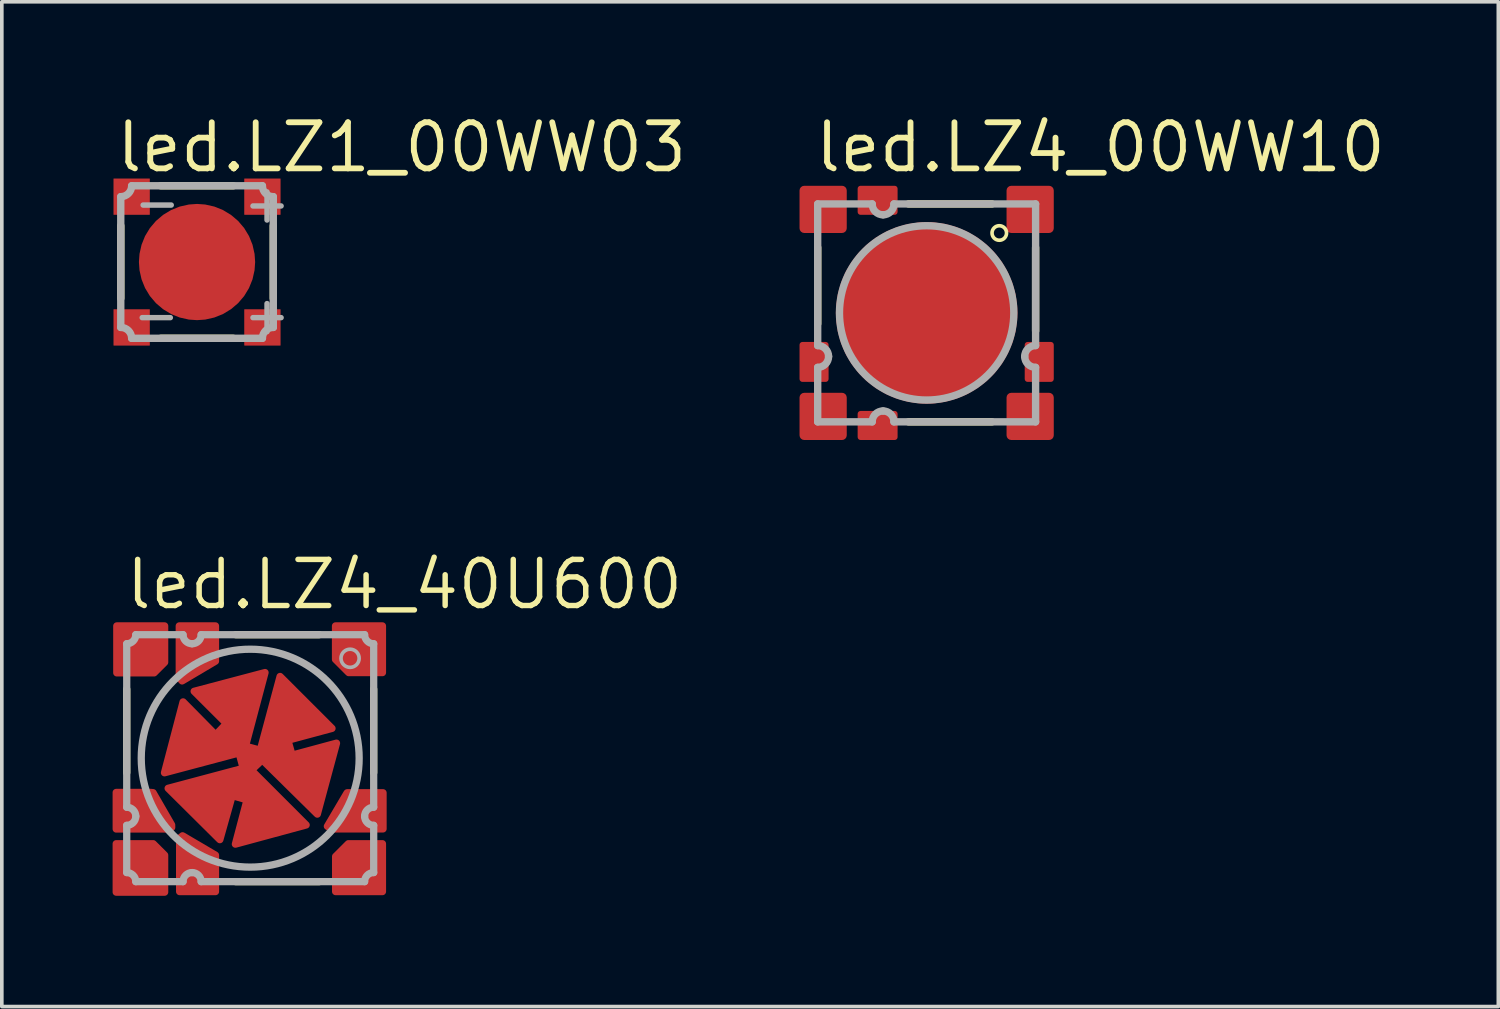
<source format=kicad_pcb>
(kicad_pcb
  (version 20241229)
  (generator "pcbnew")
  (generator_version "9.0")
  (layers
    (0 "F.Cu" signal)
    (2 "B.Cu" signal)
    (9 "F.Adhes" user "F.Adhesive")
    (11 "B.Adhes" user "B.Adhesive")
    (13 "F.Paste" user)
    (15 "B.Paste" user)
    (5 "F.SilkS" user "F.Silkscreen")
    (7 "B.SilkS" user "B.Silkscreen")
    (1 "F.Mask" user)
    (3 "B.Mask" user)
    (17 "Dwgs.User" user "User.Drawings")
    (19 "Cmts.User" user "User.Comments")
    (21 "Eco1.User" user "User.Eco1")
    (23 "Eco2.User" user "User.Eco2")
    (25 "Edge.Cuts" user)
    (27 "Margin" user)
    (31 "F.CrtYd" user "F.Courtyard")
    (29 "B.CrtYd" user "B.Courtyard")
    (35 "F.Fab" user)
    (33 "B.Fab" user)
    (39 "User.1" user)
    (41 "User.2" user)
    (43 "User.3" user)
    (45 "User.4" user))
  (footprint "led.LZ1_00WW03"
    (layer "F.Cu")
    (at 2.375 4.165)
    (property "Reference" "led.LZ1_00WW03" (at -2.3 -2.415 0) (layer "F.SilkS") (effects (font (size 1.27 1.27) (thickness 0.16)) (justify left bottom)))
    (attr smd)
    (fp_poly (pts (xy -2.275 -2.25) (xy -1.325 -2.25) (xy -1.325 -1.775) (xy -1.75 -1.35) (xy -2.275 -1.35)) (stroke (width 0.2) (type default)) (fill yes) (layer "F.Mask"))
    (fp_poly (pts (xy -2.25 2.275) (xy -2.25 1.325) (xy -1.775 1.325) (xy -1.35 1.75) (xy -1.35 2.275)) (stroke (width 0.2) (type default)) (fill yes) (layer "F.Mask"))
    (fp_poly (pts (xy 2.25 -2.275) (xy 2.25 -1.325) (xy 1.775 -1.325) (xy 1.35 -1.75) (xy 1.35 -2.275)) (stroke (width 0.2) (type default)) (fill yes) (layer "F.Mask"))
    (fp_poly (pts (xy 2.275 2.25) (xy 1.325 2.25) (xy 1.325 1.775) (xy 1.75 1.35) (xy 2.275 1.35)) (stroke (width 0.2) (type default)) (fill yes) (layer "F.Mask"))
    (fp_line (start -2.1 -1) (end -2.1 1) (stroke (width 0.203) (type default)) (layer "F.SilkS"))
    (fp_line (start -1 2.1) (end 1 2.1) (stroke (width 0.203) (type default)) (layer "F.SilkS"))
    (fp_line (start 1 -2.1) (end -1 -2.1) (stroke (width 0.203) (type default)) (layer "F.SilkS"))
    (fp_line (start 2.1 1) (end 2.1 -1) (stroke (width 0.203) (type default)) (layer "F.SilkS"))
    (fp_poly (pts (xy -2.175 -2.175) (xy -1.425 -2.175) (xy -1.425 -1.75) (xy -1.75 -1.425) (xy -2.175 -1.425)) (stroke (width 0.2) (type default)) (fill yes) (layer "F.Paste"))
    (fp_poly (pts (xy -2.175 2.175) (xy -2.175 1.425) (xy -1.75 1.425) (xy -1.425 1.75) (xy -1.425 2.175)) (stroke (width 0.2) (type default)) (fill yes) (layer "F.Paste"))
    (fp_poly (pts (xy 2.175 -2.175) (xy 2.175 -1.425) (xy 1.75 -1.425) (xy 1.425 -1.75) (xy 1.425 -2.175)) (stroke (width 0.2) (type default)) (fill yes) (layer "F.Paste"))
    (fp_poly (pts (xy 2.175 2.175) (xy 1.425 2.175) (xy 1.425 1.75) (xy 1.75 1.425) (xy 2.175 1.425)) (stroke (width 0.2) (type default)) (fill yes) (layer "F.Paste"))
    (fp_line (start -2.1 -1.8) (end -2.1 1.8) (stroke (width 0.203) (type default)) (layer "F.Fab"))
    (fp_line (start -1.8 2.1) (end 1.8 2.1) (stroke (width 0.203) (type default)) (layer "F.Fab"))
    (fp_line (start 1.8 -2.1) (end -1.8 -2.1) (stroke (width 0.203) (type default)) (layer "F.Fab"))
    (fp_line (start 2.1 1.8) (end 2.1 -1.8) (stroke (width 0.203) (type default)) (layer "F.Fab"))
    (fp_arc (start -2.1 1.8) (mid -1.887868 1.887868) (end -1.8 2.1) (stroke (width 0.2032) (type default)) (layer "F.Fab"))
    (fp_arc (start -1.8 -2.1) (mid -1.887868 -1.887868) (end -2.1 -1.8) (stroke (width 0.2032) (type default)) (layer "F.Fab"))
    (fp_arc (start 1.8 2.1) (mid 1.887868 1.887868) (end 2.1 1.8) (stroke (width 0.2032) (type default)) (layer "F.Fab"))
    (fp_arc (start 2.1 -1.8) (mid 1.887868 -1.887868) (end 1.8 -2.1) (stroke (width 0.2032) (type default)) (layer "F.Fab"))
    (fp_text user "+" (at 1.2 2.05 0) (layer "F.Fab") (effects (font (size 1.016 1.016) (thickness 0.15)) (justify left bottom)))
    (fp_text user "+" (at 1.2 -1.025 0) (layer "F.Fab") (effects (font (size 1.016 1.016) (thickness 0.15)) (justify left bottom)))
    (fp_text user "-" (at -1.85 2.05 0) (layer "F.Fab") (effects (font (size 1.016 1.016) (thickness 0.15)) (justify left bottom)))
    (fp_text user "-" (at -1.825 -1.05 0) (layer "F.Fab") (effects (font (size 1.016 1.016) (thickness 0.15)) (justify left bottom)))
    (pad "1" smd roundrect (at -1.8 -1.8) (size 1 1) (layers "F.Cu" "F.Mask" "F.Paste") (roundrect_rratio 0.01))
    (pad "2" smd roundrect (at 1.8 -1.8) (size 1 1) (layers "F.Cu" "F.Mask" "F.Paste") (roundrect_rratio 0.01))
    (pad "3" smd roundrect (at 1.8 1.8) (size 1 1) (layers "F.Cu" "F.Mask" "F.Paste") (roundrect_rratio 0.01))
    (pad "4" smd roundrect (at -1.8 1.8) (size 1 1) (layers "F.Cu" "F.Mask" "F.Paste") (roundrect_rratio 0.01))
    (pad "5" smd roundrect (at 0 0) (size 3.2 3.2) (layers "F.Cu" "F.Mask" "F.Paste") (roundrect_rratio 0.5)))
  (footprint "led.LZ4_00WW10"
    (layer "F.Cu")
    (at 22.464 5.565)
    (property "Reference" "led.LZ4_00WW10" (at -3.15 -3.815 0) (layer "F.SilkS") (effects (font (size 1.27 1.27) (thickness 0.16)) (justify left bottom)))
    (attr smd)
    (fp_line (start -3 -1.8) (end -3 0.3) (stroke (width 0.203) (type default)) (layer "F.SilkS"))
    (fp_line (start -0.5 3) (end 1.8 3) (stroke (width 0.203) (type default)) (layer "F.SilkS"))
    (fp_line (start 1.8 -3) (end -0.5 -3) (stroke (width 0.203) (type default)) (layer "F.SilkS"))
    (fp_line (start 3 0.5) (end 3 -1.8) (stroke (width 0.203) (type default)) (layer "F.SilkS"))
    (fp_circle (center 2 -2.2) (end 2.2 -2.2) (stroke (width 0.1) (type default)) (fill no) (layer "F.SilkS"))
    (fp_line (start -3 -3) (end -3 0.9) (stroke (width 0.203) (type default)) (layer "F.Fab"))
    (fp_line (start -3 1.5) (end -3 3) (stroke (width 0.203) (type default)) (layer "F.Fab"))
    (fp_line (start -3 3) (end -1.5 3) (stroke (width 0.203) (type default)) (layer "F.Fab"))
    (fp_line (start -1.5 -3) (end -3 -3) (stroke (width 0.203) (type default)) (layer "F.Fab"))
    (fp_line (start -0.9 3) (end 3 3) (stroke (width 0.203) (type default)) (layer "F.Fab"))
    (fp_line (start 3 -3) (end -0.9 -3) (stroke (width 0.203) (type default)) (layer "F.Fab"))
    (fp_line (start 3 0.9) (end 3 -3) (stroke (width 0.203) (type default)) (layer "F.Fab"))
    (fp_line (start 3 3) (end 3 1.5) (stroke (width 0.203) (type default)) (layer "F.Fab"))
    (fp_arc (start -3 0.9) (mid -2.787868 0.987868) (end -2.7 1.2) (stroke (width 0.2032) (type default)) (layer "F.Fab"))
    (fp_arc (start -2.7 1.2) (mid -2.787868 1.412132) (end -3 1.5) (stroke (width 0.2032) (type default)) (layer "F.Fab"))
    (fp_arc (start -1.5 3) (mid -1.412132 2.787868) (end -1.2 2.7) (stroke (width 0.2032) (type default)) (layer "F.Fab"))
    (fp_arc (start -1.2 -2.7) (mid -1.412132 -2.787868) (end -1.5 -3) (stroke (width 0.2032) (type default)) (layer "F.Fab"))
    (fp_arc (start -1.2 2.7) (mid -0.987868 2.787868) (end -0.9 3) (stroke (width 0.2032) (type default)) (layer "F.Fab"))
    (fp_arc (start -0.9 -3) (mid -0.987868 -2.787868) (end -1.2 -2.7) (stroke (width 0.2032) (type default)) (layer "F.Fab"))
    (fp_arc (start 2.7 1.2) (mid 2.787868 0.987868) (end 3 0.9) (stroke (width 0.2032) (type default)) (layer "F.Fab"))
    (fp_arc (start 3 1.5) (mid 2.787868 1.412132) (end 2.7 1.2) (stroke (width 0.2032) (type default)) (layer "F.Fab"))
    (fp_circle (center 0 0) (end 2.4 0) (stroke (width 0.203) (type default)) (fill no) (layer "F.Fab"))
    (pad "1" smd roundrect (at -2.85 -2.85) (size 1.3 1.3) (layers "F.Cu" "F.Mask" "F.Paste") (roundrect_rratio 0.1))
    (pad "2" smd roundrect (at -1.35 -3.1) (size 1.1 0.8) (layers "F.Cu" "F.Mask" "F.Paste") (roundrect_rratio 0.1))
    (pad "3" smd roundrect (at 2.85 -2.85) (size 1.3 1.3) (layers "F.Cu" "F.Mask" "F.Paste") (roundrect_rratio 0.1))
    (pad "4" smd roundrect (at 3.1 1.35 270) (size 1.1 0.8) (layers "F.Cu" "F.Mask" "F.Paste") (roundrect_rratio 0.1))
    (pad "5" smd roundrect (at 2.85 2.85) (size 1.3 1.3) (layers "F.Cu" "F.Mask" "F.Paste") (roundrect_rratio 0.1))
    (pad "6" smd roundrect (at -1.35 3.1 180) (size 1.1 0.8) (layers "F.Cu" "F.Mask" "F.Paste") (roundrect_rratio 0.1))
    (pad "7" smd roundrect (at -2.85 2.85) (size 1.3 1.3) (layers "F.Cu" "F.Mask" "F.Paste") (roundrect_rratio 0.1))
    (pad "8" smd roundrect (at -3.1 1.35 90) (size 1.1 0.8) (layers "F.Cu" "F.Mask" "F.Paste") (roundrect_rratio 0.1))
    (pad "9" smd roundrect (at 0 0) (size 5 5) (layers "F.Cu" "F.Mask" "F.Paste") (roundrect_rratio 0.5)))
  (footprint "led.LZ4_40U600"
    (layer "F.Cu")
    (at 3.839 17.825)
    (property "Reference" "led.LZ4_40U600" (at -3.5 -4.04 0) (layer "F.SilkS") (effects (font (size 1.27 1.27) (thickness 0.15)) (justify left bottom)))
    (attr smd)
    (fp_poly (pts (xy -3.689 3.689) (xy -3.689 2.356) (xy -2.671 2.356) (xy -2.356 2.671) (xy -2.356 3.689)) (stroke (width 0.2) (type default)) (fill yes) (layer "F.Cu"))
    (fp_poly (pts (xy -3.673 -3.641) (xy -2.356 -3.641) (xy -2.356 -2.639) (xy -2.646 -2.349) (xy -3.673 -2.349)) (stroke (width 0.2) (type default)) (fill yes) (layer "F.Cu"))
    (fp_poly (pts (xy 2.349 -3.641) (xy 3.641 -3.641) (xy 3.641 -2.356) (xy 2.712 -2.356) (xy 2.349 -2.719)) (stroke (width 0.2) (type default)) (fill yes) (layer "F.Cu"))
    (fp_poly (pts (xy 3.641 2.356) (xy 3.641 3.673) (xy 2.352 3.673) (xy 2.352 2.706) (xy 2.703 2.356)) (stroke (width 0.2) (type default)) (fill yes) (layer "F.Cu"))
    (fp_poly (pts (xy -1.953 -3.641) (xy -0.956 -3.641) (xy -0.956 -2.671) (xy -1.875 -2.127) (xy -1.885 -2.14) (xy -1.953 -2.21)) (stroke (width 0.2) (type default)) (fill yes) (layer "F.Cu"))
    (fp_poly (pts (xy -1.943 3.673) (xy -1.943 2.205) (xy -1.934 2.194) (xy -1.863 2.138) (xy -0.956 2.671) (xy -0.956 3.673)) (stroke (width 0.2) (type default)) (fill yes) (layer "F.Cu"))
    (fp_poly (pts (xy 3.657 0.953) (xy 3.657 1.947) (xy 2.226 1.947) (xy 2.125 1.875) (xy 2.663 0.963) (xy 2.671 0.953)) (stroke (width 0.2) (type default)) (fill yes) (layer "F.Cu"))
    (fp_poly (pts (xy -3.689 1.95) (xy -3.689 0.944) (xy -2.735 0.944) (xy -2.675 0.95) (xy -2.163 1.837) (xy -2.162 1.908) (xy -2.242 1.95)) (stroke (width 0.2) (type default)) (fill yes) (layer "F.Cu"))
    (fp_poly (pts (xy -2.36 0.402) (xy -1.848 -1.549) (xy -0.951 -0.639) (xy -0.653 -0.953) (xy -1.543 -1.841) (xy 0.408 -2.357) (xy -0.131 -0.329) (xy 0.277 -0.219) (xy 0.823 -2.249) (xy 2.252 -0.82) (xy 1.037 -0.493) (xy 1.154 -0.083) (xy 2.376 -0.413) (xy 1.848 1.54) (xy 0.332 0.045) (xy 0.032 0.331) (xy 1.54 1.839) (xy -0.408 2.367) (xy -0.086 1.148) (xy -0.495 1.031) (xy -0.836 2.243) (xy -2.259 0.83) (xy -0.192 0.279) (xy -0.307 -0.144)) (stroke (width 0.2) (type default)) (fill yes) (layer "F.Cu"))
    (fp_poly (pts (xy -3.689 3.689) (xy -3.689 2.356) (xy -2.671 2.356) (xy -2.356 2.671) (xy -2.356 3.689)) (stroke (width 0.3) (type default)) (fill yes) (layer "F.Mask"))
    (fp_poly (pts (xy -3.673 -3.641) (xy -2.356 -3.641) (xy -2.356 -2.639) (xy -2.646 -2.349) (xy -3.673 -2.349)) (stroke (width 0.3) (type default)) (fill yes) (layer "F.Mask"))
    (fp_poly (pts (xy 2.349 -3.641) (xy 3.641 -3.641) (xy 3.641 -2.356) (xy 2.712 -2.356) (xy 2.349 -2.719)) (stroke (width 0.3) (type default)) (fill yes) (layer "F.Mask"))
    (fp_poly (pts (xy 3.641 2.356) (xy 3.641 3.673) (xy 2.352 3.673) (xy 2.352 2.706) (xy 2.703 2.356)) (stroke (width 0.3) (type default)) (fill yes) (layer "F.Mask"))
    (fp_poly (pts (xy -1.953 -3.641) (xy -0.956 -3.641) (xy -0.956 -2.671) (xy -1.875 -2.127) (xy -1.885 -2.14) (xy -1.953 -2.21)) (stroke (width 0.3) (type default)) (fill yes) (layer "F.Mask"))
    (fp_poly (pts (xy -1.943 3.673) (xy -1.943 2.205) (xy -1.934 2.194) (xy -1.863 2.138) (xy -0.956 2.671) (xy -0.956 3.673)) (stroke (width 0.3) (type default)) (fill yes) (layer "F.Mask"))
    (fp_poly (pts (xy 3.657 0.953) (xy 3.657 1.947) (xy 2.226 1.947) (xy 2.125 1.875) (xy 2.663 0.963) (xy 2.671 0.953)) (stroke (width 0.3) (type default)) (fill yes) (layer "F.Mask"))
    (fp_poly (pts (xy -3.689 1.95) (xy -3.689 0.944) (xy -2.735 0.944) (xy -2.675 0.95) (xy -2.163 1.837) (xy -2.162 1.908) (xy -2.242 1.95)) (stroke (width 0.3) (type default)) (fill yes) (layer "F.Mask"))
    (fp_poly (pts (xy -2.36 0.402) (xy -1.848 -1.549) (xy -0.951 -0.639) (xy -0.653 -0.953) (xy -1.543 -1.841) (xy 0.408 -2.357) (xy -0.131 -0.329) (xy 0.277 -0.219) (xy 0.823 -2.249) (xy 2.252 -0.82) (xy 1.037 -0.493) (xy 1.154 -0.083) (xy 2.376 -0.413) (xy 1.848 1.54) (xy 0.332 0.045) (xy 0.032 0.331) (xy 1.54 1.839) (xy -0.408 2.367) (xy -0.086 1.148) (xy -0.495 1.031) (xy -0.836 2.243) (xy -2.259 0.83) (xy -0.192 0.279) (xy -0.307 -0.144)) (stroke (width 0.3) (type default)) (fill yes) (layer "F.Mask"))
    (fp_line (start -3.4 0.4) (end -3.4 -1.9) (stroke (width 0.2) (type default)) (layer "F.SilkS"))
    (fp_line (start -0.4 -3.4) (end 1.9 -3.4) (stroke (width 0.2) (type default)) (layer "F.SilkS"))
    (fp_line (start 1.9 3.4) (end -0.4 3.4) (stroke (width 0.2) (type default)) (layer "F.SilkS"))
    (fp_line (start 3.4 -1.9) (end 3.4 0.4) (stroke (width 0.2) (type default)) (layer "F.SilkS"))
    (fp_poly (pts (xy -3.689 3.689) (xy -3.689 2.356) (xy -2.671 2.356) (xy -2.356 2.671) (xy -2.356 3.689)) (stroke (width 0.1) (type default)) (fill yes) (layer "F.Paste"))
    (fp_poly (pts (xy -3.673 -3.641) (xy -2.356 -3.641) (xy -2.356 -2.639) (xy -2.646 -2.349) (xy -3.673 -2.349)) (stroke (width 0.1) (type default)) (fill yes) (layer "F.Paste"))
    (fp_poly (pts (xy 2.349 -3.641) (xy 3.641 -3.641) (xy 3.641 -2.356) (xy 2.712 -2.356) (xy 2.349 -2.719)) (stroke (width 0.1) (type default)) (fill yes) (layer "F.Paste"))
    (fp_poly (pts (xy 3.641 2.356) (xy 3.641 3.673) (xy 2.352 3.673) (xy 2.352 2.706) (xy 2.703 2.356)) (stroke (width 0.1) (type default)) (fill yes) (layer "F.Paste"))
    (fp_poly (pts (xy -1.953 -3.641) (xy -0.956 -3.641) (xy -0.956 -2.671) (xy -1.875 -2.127) (xy -1.885 -2.14) (xy -1.953 -2.21)) (stroke (width 0.1) (type default)) (fill yes) (layer "F.Paste"))
    (fp_poly (pts (xy -1.943 3.673) (xy -1.943 2.205) (xy -1.934 2.194) (xy -1.863 2.138) (xy -0.956 2.671) (xy -0.956 3.673)) (stroke (width 0.1) (type default)) (fill yes) (layer "F.Paste"))
    (fp_poly (pts (xy 3.657 0.953) (xy 3.657 1.947) (xy 2.226 1.947) (xy 2.125 1.875) (xy 2.663 0.963) (xy 2.671 0.953)) (stroke (width 0.1) (type default)) (fill yes) (layer "F.Paste"))
    (fp_poly (pts (xy -3.689 1.95) (xy -3.689 0.944) (xy -2.735 0.944) (xy -2.675 0.95) (xy -2.163 1.837) (xy -2.162 1.908) (xy -2.242 1.95)) (stroke (width 0.1) (type default)) (fill yes) (layer "F.Paste"))
    (fp_poly (pts (xy -2.36 0.402) (xy -1.848 -1.549) (xy -0.951 -0.639) (xy -0.653 -0.953) (xy -1.543 -1.841) (xy 0.408 -2.357) (xy -0.131 -0.329) (xy 0.277 -0.219) (xy 0.823 -2.249) (xy 2.252 -0.82) (xy 1.037 -0.493) (xy 1.154 -0.083) (xy 2.376 -0.413) (xy 1.848 1.54) (xy 0.332 0.045) (xy 0.032 0.331) (xy 1.54 1.839) (xy -0.408 2.367) (xy -0.086 1.148) (xy -0.495 1.031) (xy -0.836 2.243) (xy -2.259 0.83) (xy -0.192 0.279) (xy -0.307 -0.144)) (stroke (width 0.1) (type default)) (fill yes) (layer "F.Paste"))
    (fp_circle (center 0 0) (end 0.38 0) (stroke (width 0.0001) (type default)) (fill no) (layer "Cmts.User"))
    (fp_circle (center 0 0) (end 1.25 0) (stroke (width 0.0001) (type default)) (fill no) (layer "Cmts.User"))
    (fp_circle (center 0 0) (end 2.5 0) (stroke (width 0.0001) (type default)) (fill no) (layer "Cmts.User"))
    (fp_line (start -3.4 1.35) (end -3.4 -3.15) (stroke (width 0.2) (type default)) (layer "F.Fab"))
    (fp_line (start -3.4 3.15) (end -3.4 1.85) (stroke (width 0.2) (type default)) (layer "F.Fab"))
    (fp_line (start -3.15 -3.4) (end -1.85 -3.4) (stroke (width 0.2) (type default)) (layer "F.Fab"))
    (fp_line (start -1.85 3.4) (end -3.15 3.4) (stroke (width 0.2) (type default)) (layer "F.Fab"))
    (fp_line (start -1.35 -3.4) (end 3.15 -3.4) (stroke (width 0.2) (type default)) (layer "F.Fab"))
    (fp_line (start 3.15 3.4) (end -1.35 3.4) (stroke (width 0.2) (type default)) (layer "F.Fab"))
    (fp_line (start 3.4 -3.15) (end 3.4 1.35) (stroke (width 0.2) (type default)) (layer "F.Fab"))
    (fp_line (start 3.4 1.85) (end 3.4 3.15) (stroke (width 0.2) (type default)) (layer "F.Fab"))
    (fp_arc (start -3.4 1.35) (mid -3.223223 1.423223) (end -3.15 1.6) (stroke (width 0.2) (type default)) (layer "F.Fab"))
    (fp_arc (start -3.4 3.15) (mid -3.223223 3.223223) (end -3.15 3.4) (stroke (width 0.2) (type default)) (layer "F.Fab"))
    (fp_arc (start -3.15 -3.4) (mid -3.223223 -3.223223) (end -3.4 -3.15) (stroke (width 0.2) (type default)) (layer "F.Fab"))
    (fp_arc (start -3.15 1.6) (mid -3.223223 1.776777) (end -3.4 1.85) (stroke (width 0.2) (type default)) (layer "F.Fab"))
    (fp_arc (start -1.85 3.4) (mid -1.776777 3.223223) (end -1.6 3.15) (stroke (width 0.2) (type default)) (layer "F.Fab"))
    (fp_arc (start -1.6 -3.15) (mid -1.776777 -3.223223) (end -1.85 -3.4) (stroke (width 0.2) (type default)) (layer "F.Fab"))
    (fp_arc (start -1.6 3.15) (mid -1.423223 3.223223) (end -1.35 3.4) (stroke (width 0.2) (type default)) (layer "F.Fab"))
    (fp_arc (start -1.35 -3.4) (mid -1.423223 -3.223223) (end -1.6 -3.15) (stroke (width 0.2) (type default)) (layer "F.Fab"))
    (fp_arc (start 3.15 1.6) (mid 3.223223 1.423223) (end 3.4 1.35) (stroke (width 0.2) (type default)) (layer "F.Fab"))
    (fp_arc (start 3.15 3.4) (mid 3.223223 3.223223) (end 3.4 3.15) (stroke (width 0.2) (type default)) (layer "F.Fab"))
    (fp_arc (start 3.4 -3.15) (mid 3.223223 -3.223223) (end 3.15 -3.4) (stroke (width 0.2) (type default)) (layer "F.Fab"))
    (fp_arc (start 3.4 1.85) (mid 3.223223 1.776777) (end 3.15 1.6) (stroke (width 0.2) (type default)) (layer "F.Fab"))
    (fp_circle (center 0 0) (end 3 0) (stroke (width 0.2) (type default)) (fill no) (layer "F.Fab"))
    (fp_circle (center 2.75 -2.75) (end 3 -2.75) (stroke (width 0.1) (type default)) (fill no) (layer "F.Fab"))
    (pad "1" smd roundrect (at -3 -3) (size 0.3 0.3) (layers "F.Cu" "F.Mask" "F.Paste") (roundrect_rratio 0.01))
    (pad "2" smd roundrect (at -1.5 -3) (size 0.3 0.3) (layers "F.Cu" "F.Mask" "F.Paste") (roundrect_rratio 0.01))
    (pad "3" smd roundrect (at 3 -3) (size 0.3 0.3) (layers "F.Cu" "F.Mask" "F.Paste") (roundrect_rratio 0.01))
    (pad "4" smd roundrect (at 3 1.5) (size 0.3 0.3) (layers "F.Cu" "F.Mask" "F.Paste") (roundrect_rratio 0.01))
    (pad "5" smd roundrect (at 3 3) (size 0.3 0.3) (layers "F.Cu" "F.Mask" "F.Paste") (roundrect_rratio 0.01))
    (pad "6" smd roundrect (at -1.5 3) (size 0.3 0.3) (layers "F.Cu" "F.Mask" "F.Paste") (roundrect_rratio 0.01))
    (pad "7" smd roundrect (at -3 3) (size 0.3 0.3) (layers "F.Cu" "F.Mask" "F.Paste") (roundrect_rratio 0.01))
    (pad "8" smd roundrect (at -3 1.5) (size 0.3 0.3) (layers "F.Cu" "F.Mask" "F.Paste") (roundrect_rratio 0.01))
    (pad "TH" smd roundrect (at 0 0) (size 0.3 0.3) (layers "F.Cu" "F.Mask" "F.Paste") (roundrect_rratio 0.01)))
  (gr_rect
    (start -3 -3)
    (end 38.204 24.664)
    (stroke (width 0.1) (type default))
    (fill no)
    (layer "Edge.Cuts")))
</source>
